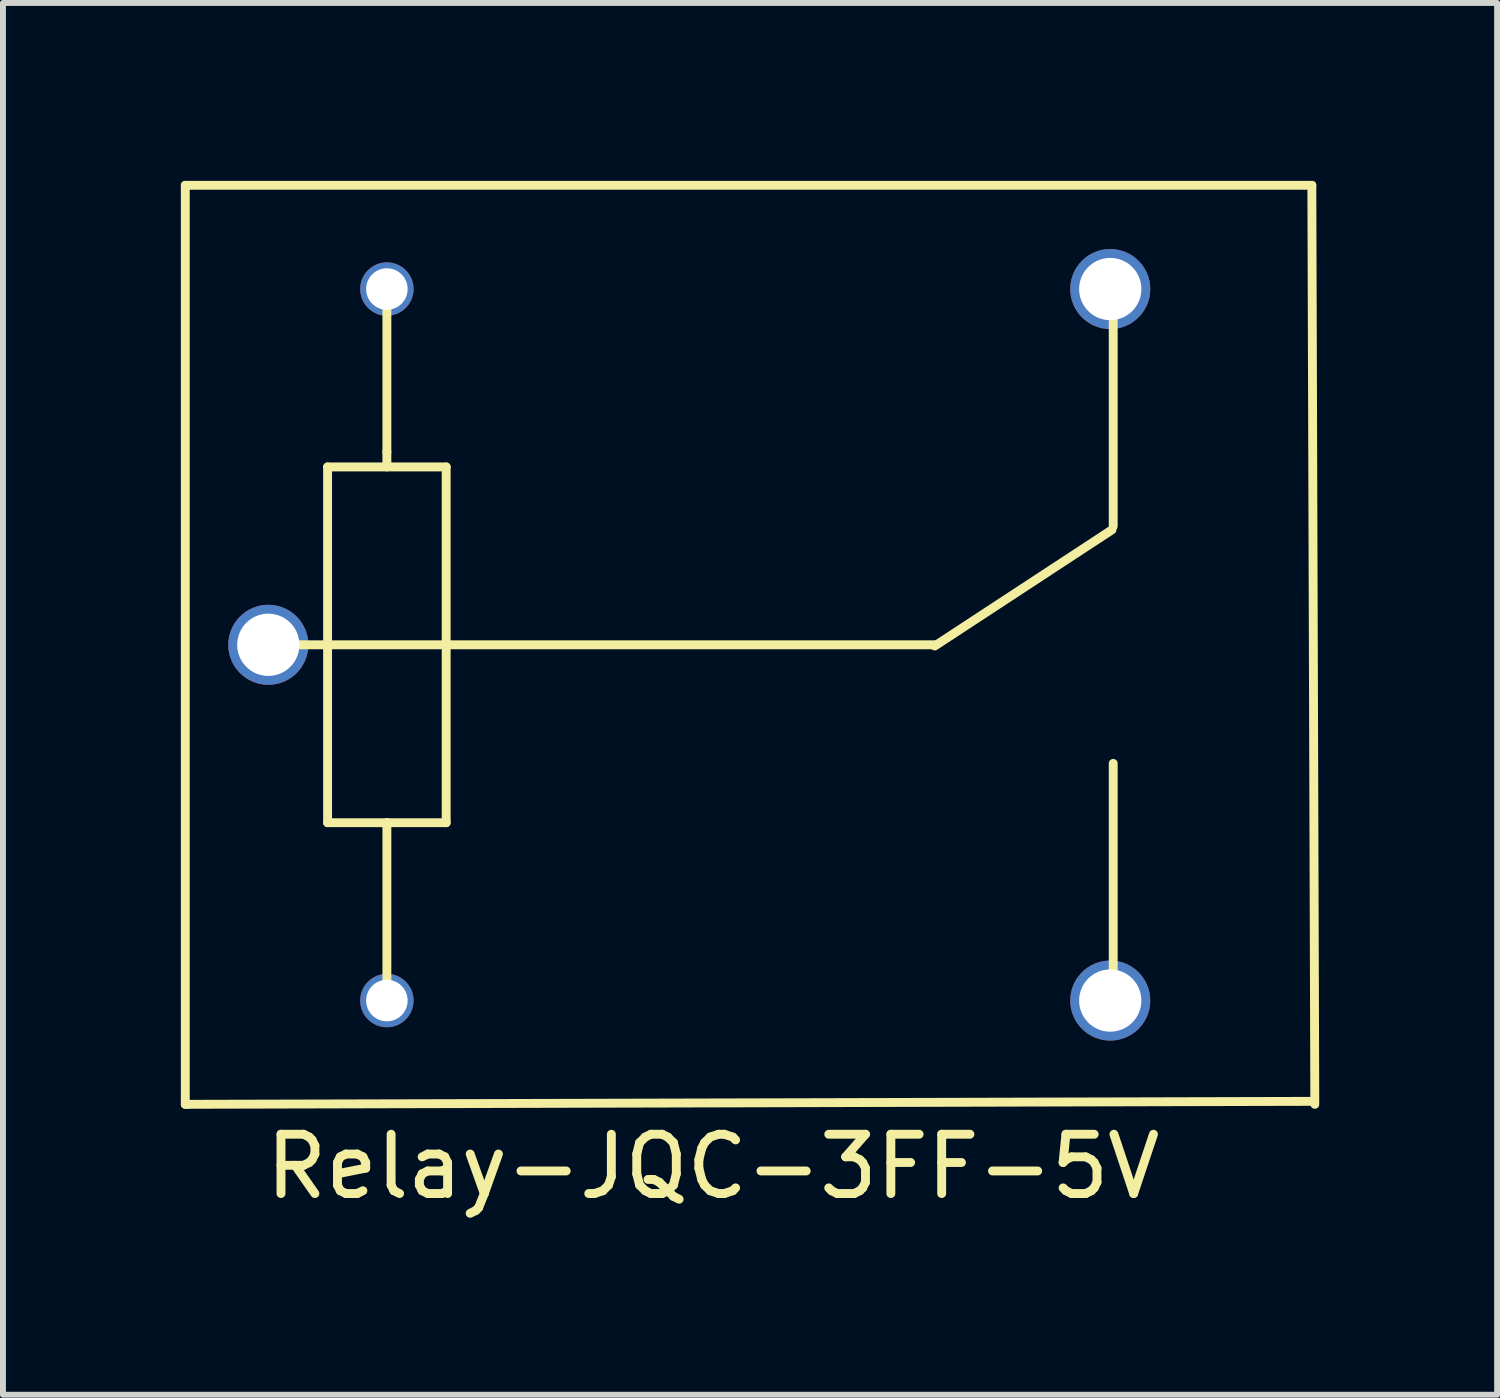
<source format=kicad_pcb>
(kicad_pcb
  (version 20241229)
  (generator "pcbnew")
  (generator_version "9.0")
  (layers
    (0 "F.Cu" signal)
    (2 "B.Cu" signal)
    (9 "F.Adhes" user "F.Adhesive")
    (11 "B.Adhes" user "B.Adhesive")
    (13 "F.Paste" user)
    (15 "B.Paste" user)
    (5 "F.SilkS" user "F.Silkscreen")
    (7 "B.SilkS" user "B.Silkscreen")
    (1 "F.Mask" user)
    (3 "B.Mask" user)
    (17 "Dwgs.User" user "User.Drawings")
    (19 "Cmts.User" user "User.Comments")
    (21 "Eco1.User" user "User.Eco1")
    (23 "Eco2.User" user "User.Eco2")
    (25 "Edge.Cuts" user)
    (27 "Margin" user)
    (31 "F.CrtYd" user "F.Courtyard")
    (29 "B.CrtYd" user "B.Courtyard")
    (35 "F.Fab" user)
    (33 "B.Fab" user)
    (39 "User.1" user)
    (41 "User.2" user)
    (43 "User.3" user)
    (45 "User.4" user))
  (footprint "Relay-JQC-3FF-5V"
    (layer "F.Cu")
    (at 1.475 7.825)
    (property "Reference" "Relay-JQC-3FF-5V" (at 7.5 8.8 0) (layer "F.SilkS") (effects (font (size 1 1) (thickness 0.15))))
    (attr through_hole)
    (fp_line (start -1.4 -7.75) (end 17.6 -7.75) (stroke (width 0.15) (type solid)) (layer "F.SilkS"))
    (fp_line (start -1.4 7.75) (end -1.4 -7.75) (stroke (width 0.15) (type solid)) (layer "F.SilkS"))
    (fp_line (start -1.35 7.75) (end -1.4 7.75) (stroke (width 0.15) (type solid)) (layer "F.SilkS"))
    (fp_line (start 0 0) (end 11.25 0) (stroke (width 0.15) (type solid)) (layer "F.SilkS"))
    (fp_line (start 1 -3) (end 1 3) (stroke (width 0.15) (type solid)) (layer "F.SilkS"))
    (fp_line (start 1 3) (end 2 3) (stroke (width 0.15) (type solid)) (layer "F.SilkS"))
    (fp_line (start 2 -6) (end 2 -3.25) (stroke (width 0.15) (type solid)) (layer "F.SilkS"))
    (fp_line (start 2 -3.25) (end 2 -3) (stroke (width 0.15) (type solid)) (layer "F.SilkS"))
    (fp_line (start 2 3) (end 3 3) (stroke (width 0.15) (type solid)) (layer "F.SilkS"))
    (fp_line (start 2 6) (end 2 3) (stroke (width 0.15) (type solid)) (layer "F.SilkS"))
    (fp_line (start 3 -3) (end 1 -3) (stroke (width 0.15) (type solid)) (layer "F.SilkS"))
    (fp_line (start 3 3) (end 3 -3) (stroke (width 0.15) (type solid)) (layer "F.SilkS"))
    (fp_line (start 11.24 0.02) (end 14.23 -1.94) (stroke (width 0.15) (type solid)) (layer "F.SilkS"))
    (fp_line (start 14.25 -6) (end 14.25 -2) (stroke (width 0.15) (type solid)) (layer "F.SilkS"))
    (fp_line (start 14.25 6) (end 14.25 2) (stroke (width 0.15) (type solid)) (layer "F.SilkS"))
    (fp_line (start 17.6 -7.75) (end 17.65 7.75) (stroke (width 0.15) (type solid)) (layer "F.SilkS"))
    (fp_line (start 17.6 7.7) (end -1.35 7.75) (stroke (width 0.15) (type solid)) (layer "F.SilkS"))
    (pad "1" thru_hole circle (at 2 6) (size 0.9 0.9) (drill 0.7) (layers "*.Cu" "*.Mask"))
    (pad "2" thru_hole circle (at 0 0) (size 1.35 1.35) (drill 1.05) (layers "*.Cu" "*.Mask"))
    (pad "3" thru_hole circle (at 14.2 6) (size 1.35 1.35) (drill 1.05) (layers "*.Cu" "*.Mask"))
    (pad "4" thru_hole circle (at 14.2 -6) (size 1.35 1.35) (drill 1.05) (layers "*.Cu" "*.Mask"))
    (pad "5" thru_hole circle (at 2 -6) (size 0.9 0.9) (drill 0.7) (layers "*.Cu" "*.Mask")))
  (gr_rect
    (start -3 -3)
    (end 22.2 20.473)
    (stroke (width 0.1) (type default))
    (fill no)
    (layer "Edge.Cuts")))
</source>
